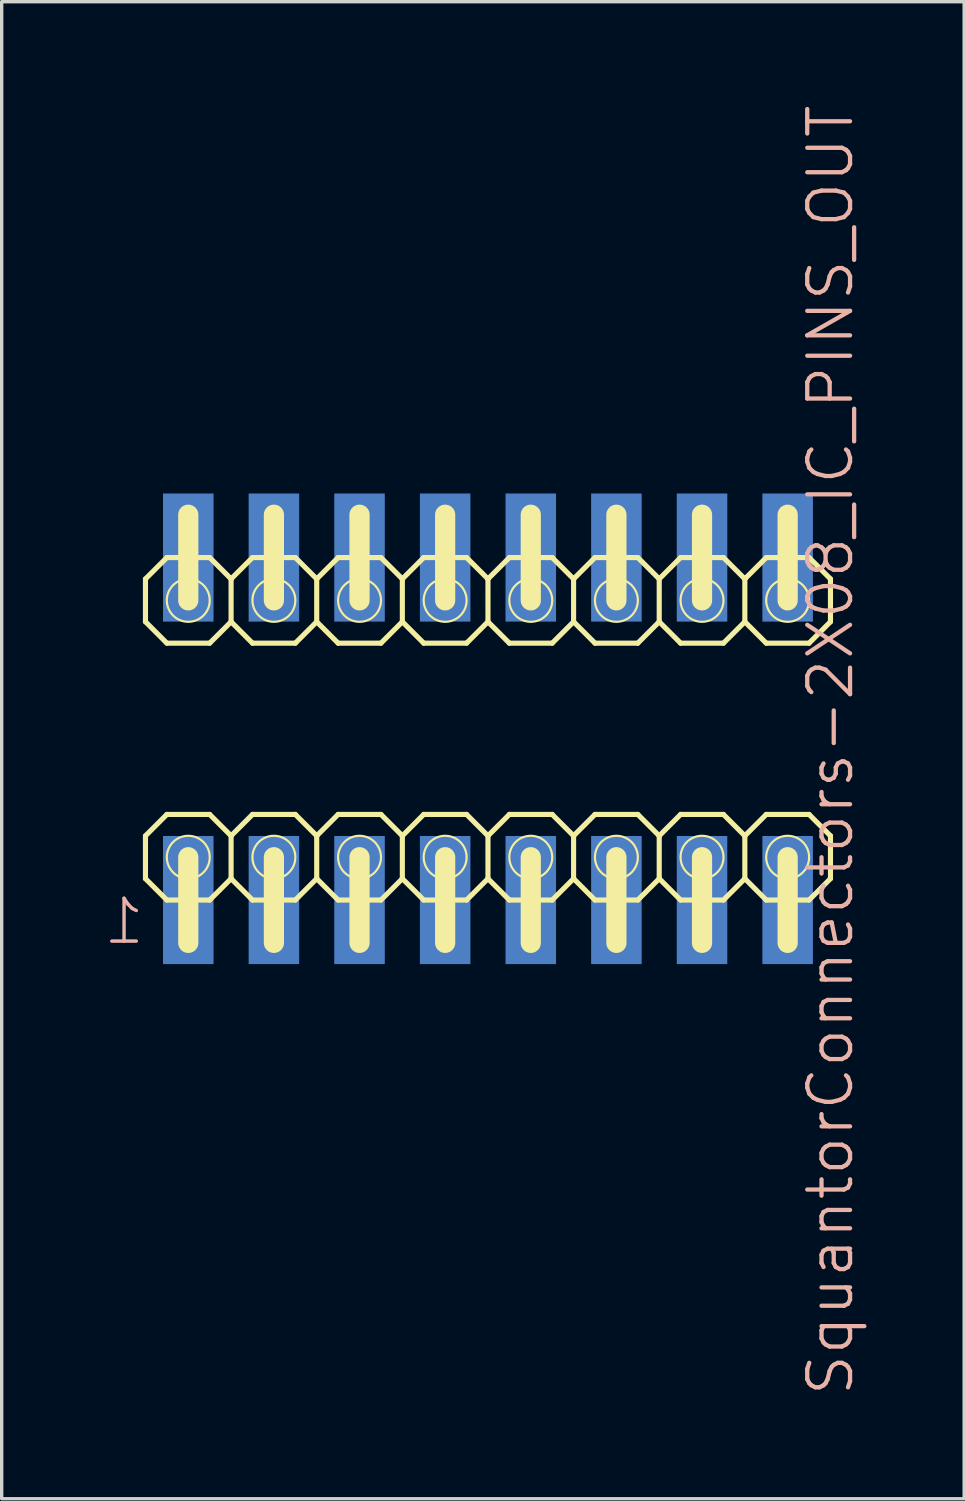
<source format=kicad_pcb>
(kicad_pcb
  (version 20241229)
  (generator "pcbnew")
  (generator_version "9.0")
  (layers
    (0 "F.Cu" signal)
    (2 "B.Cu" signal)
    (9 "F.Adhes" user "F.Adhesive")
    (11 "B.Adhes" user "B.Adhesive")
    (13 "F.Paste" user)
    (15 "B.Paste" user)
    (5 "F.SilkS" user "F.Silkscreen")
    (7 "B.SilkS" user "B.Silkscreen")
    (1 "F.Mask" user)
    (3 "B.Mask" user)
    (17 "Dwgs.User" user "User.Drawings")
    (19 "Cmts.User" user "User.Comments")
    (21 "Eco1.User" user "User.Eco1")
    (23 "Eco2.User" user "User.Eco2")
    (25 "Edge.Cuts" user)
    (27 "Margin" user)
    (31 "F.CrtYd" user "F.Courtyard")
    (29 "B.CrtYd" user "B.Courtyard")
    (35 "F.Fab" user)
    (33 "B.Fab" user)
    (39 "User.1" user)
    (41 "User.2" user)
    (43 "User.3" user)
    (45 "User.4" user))
  (footprint "SquantorConnectors-2X08_IC_PINS_OUT"
    (layer "F.Cu")
    (at 11.425 18.569)
    (property "Reference" "SquantorConnectors-2X08_IC_PINS_OUT" (at 10.16 0.635 90) (layer "B.SilkS") (effects (font (size 1.27 1.27) (thickness 0.127))))
    (attr smd)
    (fp_line (start -10.16 -4.445) (end -10.16 -3.175) (stroke (width 0.152) (type solid)) (layer "F.SilkS"))
    (fp_line (start -10.16 -3.175) (end -9.525 -2.54) (stroke (width 0.152) (type solid)) (layer "F.SilkS"))
    (fp_line (start -10.16 3.175) (end -10.16 4.445) (stroke (width 0.152) (type solid)) (layer "F.SilkS"))
    (fp_line (start -10.16 4.445) (end -9.525 5.08) (stroke (width 0.152) (type solid)) (layer "F.SilkS"))
    (fp_line (start -9.525 -5.08) (end -10.16 -4.445) (stroke (width 0.152) (type solid)) (layer "F.SilkS"))
    (fp_line (start -9.525 -2.54) (end -8.255 -2.54) (stroke (width 0.152) (type solid)) (layer "F.SilkS"))
    (fp_line (start -9.525 2.54) (end -10.16 3.175) (stroke (width 0.152) (type solid)) (layer "F.SilkS"))
    (fp_line (start -9.525 5.08) (end -8.255 5.08) (stroke (width 0.152) (type solid)) (layer "F.SilkS"))
    (fp_line (start -8.89 -3.81) (end -8.89 -6.35) (stroke (width 0.599) (type solid)) (layer "F.SilkS"))
    (fp_line (start -8.89 3.81) (end -8.89 6.35) (stroke (width 0.599) (type solid)) (layer "F.SilkS"))
    (fp_line (start -8.255 -5.08) (end -9.525 -5.08) (stroke (width 0.152) (type solid)) (layer "F.SilkS"))
    (fp_line (start -8.255 -5.08) (end -7.62 -4.445) (stroke (width 0.152) (type solid)) (layer "F.SilkS"))
    (fp_line (start -8.255 2.54) (end -9.525 2.54) (stroke (width 0.152) (type solid)) (layer "F.SilkS"))
    (fp_line (start -8.255 2.54) (end -7.62 3.175) (stroke (width 0.152) (type solid)) (layer "F.SilkS"))
    (fp_line (start -7.62 -4.445) (end -7.62 -3.175) (stroke (width 0.152) (type solid)) (layer "F.SilkS"))
    (fp_line (start -7.62 -3.175) (end -8.255 -2.54) (stroke (width 0.152) (type solid)) (layer "F.SilkS"))
    (fp_line (start -7.62 -3.175) (end -6.985 -2.54) (stroke (width 0.152) (type solid)) (layer "F.SilkS"))
    (fp_line (start -7.62 3.175) (end -7.62 4.445) (stroke (width 0.152) (type solid)) (layer "F.SilkS"))
    (fp_line (start -7.62 4.445) (end -8.255 5.08) (stroke (width 0.152) (type solid)) (layer "F.SilkS"))
    (fp_line (start -7.62 4.445) (end -6.985 5.08) (stroke (width 0.152) (type solid)) (layer "F.SilkS"))
    (fp_line (start -6.985 -5.08) (end -7.62 -4.445) (stroke (width 0.152) (type solid)) (layer "F.SilkS"))
    (fp_line (start -6.985 -2.54) (end -5.715 -2.54) (stroke (width 0.152) (type solid)) (layer "F.SilkS"))
    (fp_line (start -6.985 2.54) (end -7.62 3.175) (stroke (width 0.152) (type solid)) (layer "F.SilkS"))
    (fp_line (start -6.985 5.08) (end -5.715 5.08) (stroke (width 0.152) (type solid)) (layer "F.SilkS"))
    (fp_line (start -6.35 -3.81) (end -6.35 -6.35) (stroke (width 0.599) (type solid)) (layer "F.SilkS"))
    (fp_line (start -6.35 3.81) (end -6.35 6.35) (stroke (width 0.599) (type solid)) (layer "F.SilkS"))
    (fp_line (start -5.715 -5.08) (end -6.985 -5.08) (stroke (width 0.152) (type solid)) (layer "F.SilkS"))
    (fp_line (start -5.715 -5.08) (end -5.08 -4.445) (stroke (width 0.152) (type solid)) (layer "F.SilkS"))
    (fp_line (start -5.715 2.54) (end -6.985 2.54) (stroke (width 0.152) (type solid)) (layer "F.SilkS"))
    (fp_line (start -5.715 2.54) (end -5.08 3.175) (stroke (width 0.152) (type solid)) (layer "F.SilkS"))
    (fp_line (start -5.08 -4.445) (end -5.08 -3.175) (stroke (width 0.152) (type solid)) (layer "F.SilkS"))
    (fp_line (start -5.08 -3.175) (end -5.715 -2.54) (stroke (width 0.152) (type solid)) (layer "F.SilkS"))
    (fp_line (start -5.08 -3.175) (end -4.445 -2.54) (stroke (width 0.152) (type solid)) (layer "F.SilkS"))
    (fp_line (start -5.08 3.175) (end -5.08 4.445) (stroke (width 0.152) (type solid)) (layer "F.SilkS"))
    (fp_line (start -5.08 4.445) (end -5.715 5.08) (stroke (width 0.152) (type solid)) (layer "F.SilkS"))
    (fp_line (start -5.08 4.445) (end -4.445 5.08) (stroke (width 0.152) (type solid)) (layer "F.SilkS"))
    (fp_line (start -4.445 -5.08) (end -5.08 -4.445) (stroke (width 0.152) (type solid)) (layer "F.SilkS"))
    (fp_line (start -4.445 -2.54) (end -3.175 -2.54) (stroke (width 0.152) (type solid)) (layer "F.SilkS"))
    (fp_line (start -4.445 2.54) (end -5.08 3.175) (stroke (width 0.152) (type solid)) (layer "F.SilkS"))
    (fp_line (start -4.445 5.08) (end -3.175 5.08) (stroke (width 0.152) (type solid)) (layer "F.SilkS"))
    (fp_line (start -3.81 -3.81) (end -3.81 -6.35) (stroke (width 0.599) (type solid)) (layer "F.SilkS"))
    (fp_line (start -3.81 3.81) (end -3.81 6.35) (stroke (width 0.599) (type solid)) (layer "F.SilkS"))
    (fp_line (start -3.175 -5.08) (end -4.445 -5.08) (stroke (width 0.152) (type solid)) (layer "F.SilkS"))
    (fp_line (start -3.175 -2.54) (end -2.54 -3.175) (stroke (width 0.152) (type solid)) (layer "F.SilkS"))
    (fp_line (start -3.175 2.54) (end -4.445 2.54) (stroke (width 0.152) (type solid)) (layer "F.SilkS"))
    (fp_line (start -3.175 5.08) (end -2.54 4.445) (stroke (width 0.152) (type solid)) (layer "F.SilkS"))
    (fp_line (start -2.54 -4.445) (end -3.175 -5.08) (stroke (width 0.152) (type solid)) (layer "F.SilkS"))
    (fp_line (start -2.54 -4.445) (end -2.54 -3.175) (stroke (width 0.152) (type solid)) (layer "F.SilkS"))
    (fp_line (start -2.54 -3.175) (end -1.905 -2.54) (stroke (width 0.152) (type solid)) (layer "F.SilkS"))
    (fp_line (start -2.54 3.175) (end -3.175 2.54) (stroke (width 0.152) (type solid)) (layer "F.SilkS"))
    (fp_line (start -2.54 3.175) (end -2.54 4.445) (stroke (width 0.152) (type solid)) (layer "F.SilkS"))
    (fp_line (start -2.54 4.445) (end -1.905 5.08) (stroke (width 0.152) (type solid)) (layer "F.SilkS"))
    (fp_line (start -1.905 -5.08) (end -2.54 -4.445) (stroke (width 0.152) (type solid)) (layer "F.SilkS"))
    (fp_line (start -1.905 -2.54) (end -0.635 -2.54) (stroke (width 0.152) (type solid)) (layer "F.SilkS"))
    (fp_line (start -1.905 2.54) (end -2.54 3.175) (stroke (width 0.152) (type solid)) (layer "F.SilkS"))
    (fp_line (start -1.905 5.08) (end -0.635 5.08) (stroke (width 0.152) (type solid)) (layer "F.SilkS"))
    (fp_line (start -1.27 -3.81) (end -1.27 -6.35) (stroke (width 0.599) (type solid)) (layer "F.SilkS"))
    (fp_line (start -1.27 3.81) (end -1.27 6.35) (stroke (width 0.599) (type solid)) (layer "F.SilkS"))
    (fp_line (start -0.635 -5.08) (end -1.905 -5.08) (stroke (width 0.152) (type solid)) (layer "F.SilkS"))
    (fp_line (start -0.635 -2.54) (end 0 -3.175) (stroke (width 0.152) (type solid)) (layer "F.SilkS"))
    (fp_line (start -0.635 2.54) (end -1.905 2.54) (stroke (width 0.152) (type solid)) (layer "F.SilkS"))
    (fp_line (start -0.635 5.08) (end 0 4.445) (stroke (width 0.152) (type solid)) (layer "F.SilkS"))
    (fp_line (start 0 -4.445) (end -0.635 -5.08) (stroke (width 0.152) (type solid)) (layer "F.SilkS"))
    (fp_line (start 0 -4.445) (end 0 -3.175) (stroke (width 0.152) (type solid)) (layer "F.SilkS"))
    (fp_line (start 0 -3.175) (end 0.635 -2.54) (stroke (width 0.152) (type solid)) (layer "F.SilkS"))
    (fp_line (start 0 3.175) (end -0.635 2.54) (stroke (width 0.152) (type solid)) (layer "F.SilkS"))
    (fp_line (start 0 3.175) (end 0 4.445) (stroke (width 0.152) (type solid)) (layer "F.SilkS"))
    (fp_line (start 0 4.445) (end 0.635 5.08) (stroke (width 0.152) (type solid)) (layer "F.SilkS"))
    (fp_line (start 0.635 -5.08) (end 0 -4.445) (stroke (width 0.152) (type solid)) (layer "F.SilkS"))
    (fp_line (start 0.635 -2.54) (end 1.905 -2.54) (stroke (width 0.152) (type solid)) (layer "F.SilkS"))
    (fp_line (start 0.635 2.54) (end 0 3.175) (stroke (width 0.152) (type solid)) (layer "F.SilkS"))
    (fp_line (start 0.635 5.08) (end 1.905 5.08) (stroke (width 0.152) (type solid)) (layer "F.SilkS"))
    (fp_line (start 1.27 -3.81) (end 1.27 -6.35) (stroke (width 0.599) (type solid)) (layer "F.SilkS"))
    (fp_line (start 1.27 3.81) (end 1.27 6.35) (stroke (width 0.599) (type solid)) (layer "F.SilkS"))
    (fp_line (start 1.905 -5.08) (end 0.635 -5.08) (stroke (width 0.152) (type solid)) (layer "F.SilkS"))
    (fp_line (start 1.905 -5.08) (end 2.54 -4.445) (stroke (width 0.152) (type solid)) (layer "F.SilkS"))
    (fp_line (start 1.905 2.54) (end 0.635 2.54) (stroke (width 0.152) (type solid)) (layer "F.SilkS"))
    (fp_line (start 1.905 2.54) (end 2.54 3.175) (stroke (width 0.152) (type solid)) (layer "F.SilkS"))
    (fp_line (start 2.54 -4.445) (end 2.54 -3.175) (stroke (width 0.152) (type solid)) (layer "F.SilkS"))
    (fp_line (start 2.54 -3.175) (end 1.905 -2.54) (stroke (width 0.152) (type solid)) (layer "F.SilkS"))
    (fp_line (start 2.54 -3.175) (end 3.175 -2.54) (stroke (width 0.152) (type solid)) (layer "F.SilkS"))
    (fp_line (start 2.54 3.175) (end 2.54 4.445) (stroke (width 0.152) (type solid)) (layer "F.SilkS"))
    (fp_line (start 2.54 4.445) (end 1.905 5.08) (stroke (width 0.152) (type solid)) (layer "F.SilkS"))
    (fp_line (start 2.54 4.445) (end 3.175 5.08) (stroke (width 0.152) (type solid)) (layer "F.SilkS"))
    (fp_line (start 3.175 -5.08) (end 2.54 -4.445) (stroke (width 0.152) (type solid)) (layer "F.SilkS"))
    (fp_line (start 3.175 -2.54) (end 4.445 -2.54) (stroke (width 0.152) (type solid)) (layer "F.SilkS"))
    (fp_line (start 3.175 2.54) (end 2.54 3.175) (stroke (width 0.152) (type solid)) (layer "F.SilkS"))
    (fp_line (start 3.175 5.08) (end 4.445 5.08) (stroke (width 0.152) (type solid)) (layer "F.SilkS"))
    (fp_line (start 3.81 -3.81) (end 3.81 -6.35) (stroke (width 0.599) (type solid)) (layer "F.SilkS"))
    (fp_line (start 3.81 3.81) (end 3.81 6.35) (stroke (width 0.599) (type solid)) (layer "F.SilkS"))
    (fp_line (start 4.445 -5.08) (end 3.175 -5.08) (stroke (width 0.152) (type solid)) (layer "F.SilkS"))
    (fp_line (start 4.445 -2.54) (end 5.08 -3.175) (stroke (width 0.152) (type solid)) (layer "F.SilkS"))
    (fp_line (start 4.445 2.54) (end 3.175 2.54) (stroke (width 0.152) (type solid)) (layer "F.SilkS"))
    (fp_line (start 4.445 5.08) (end 5.08 4.445) (stroke (width 0.152) (type solid)) (layer "F.SilkS"))
    (fp_line (start 5.08 -4.445) (end 4.445 -5.08) (stroke (width 0.152) (type solid)) (layer "F.SilkS"))
    (fp_line (start 5.08 -4.445) (end 5.08 -3.175) (stroke (width 0.152) (type solid)) (layer "F.SilkS"))
    (fp_line (start 5.08 -3.175) (end 5.715 -2.54) (stroke (width 0.152) (type solid)) (layer "F.SilkS"))
    (fp_line (start 5.08 3.175) (end 4.445 2.54) (stroke (width 0.152) (type solid)) (layer "F.SilkS"))
    (fp_line (start 5.08 3.175) (end 5.08 4.445) (stroke (width 0.152) (type solid)) (layer "F.SilkS"))
    (fp_line (start 5.08 4.445) (end 5.715 5.08) (stroke (width 0.152) (type solid)) (layer "F.SilkS"))
    (fp_line (start 5.715 -5.08) (end 5.08 -4.445) (stroke (width 0.152) (type solid)) (layer "F.SilkS"))
    (fp_line (start 5.715 -2.54) (end 6.985 -2.54) (stroke (width 0.152) (type solid)) (layer "F.SilkS"))
    (fp_line (start 5.715 2.54) (end 5.08 3.175) (stroke (width 0.152) (type solid)) (layer "F.SilkS"))
    (fp_line (start 5.715 5.08) (end 6.985 5.08) (stroke (width 0.152) (type solid)) (layer "F.SilkS"))
    (fp_line (start 6.35 -3.81) (end 6.35 -6.35) (stroke (width 0.599) (type solid)) (layer "F.SilkS"))
    (fp_line (start 6.35 3.81) (end 6.35 6.35) (stroke (width 0.599) (type solid)) (layer "F.SilkS"))
    (fp_line (start 6.985 -5.08) (end 5.715 -5.08) (stroke (width 0.152) (type solid)) (layer "F.SilkS"))
    (fp_line (start 6.985 -2.54) (end 7.62 -3.175) (stroke (width 0.152) (type solid)) (layer "F.SilkS"))
    (fp_line (start 6.985 2.54) (end 5.715 2.54) (stroke (width 0.152) (type solid)) (layer "F.SilkS"))
    (fp_line (start 6.985 5.08) (end 7.62 4.445) (stroke (width 0.152) (type solid)) (layer "F.SilkS"))
    (fp_line (start 7.62 -4.445) (end 6.985 -5.08) (stroke (width 0.152) (type solid)) (layer "F.SilkS"))
    (fp_line (start 7.62 -4.445) (end 7.62 -3.175) (stroke (width 0.152) (type solid)) (layer "F.SilkS"))
    (fp_line (start 7.62 -3.175) (end 8.255 -2.54) (stroke (width 0.152) (type solid)) (layer "F.SilkS"))
    (fp_line (start 7.62 3.175) (end 6.985 2.54) (stroke (width 0.152) (type solid)) (layer "F.SilkS"))
    (fp_line (start 7.62 3.175) (end 7.62 4.445) (stroke (width 0.152) (type solid)) (layer "F.SilkS"))
    (fp_line (start 7.62 4.445) (end 8.255 5.08) (stroke (width 0.152) (type solid)) (layer "F.SilkS"))
    (fp_line (start 8.255 -5.08) (end 7.62 -4.445) (stroke (width 0.152) (type solid)) (layer "F.SilkS"))
    (fp_line (start 8.255 -2.54) (end 9.525 -2.54) (stroke (width 0.152) (type solid)) (layer "F.SilkS"))
    (fp_line (start 8.255 2.54) (end 7.62 3.175) (stroke (width 0.152) (type solid)) (layer "F.SilkS"))
    (fp_line (start 8.255 5.08) (end 9.525 5.08) (stroke (width 0.152) (type solid)) (layer "F.SilkS"))
    (fp_line (start 8.89 -3.81) (end 8.89 -6.35) (stroke (width 0.599) (type solid)) (layer "F.SilkS"))
    (fp_line (start 8.89 3.81) (end 8.89 6.35) (stroke (width 0.599) (type solid)) (layer "F.SilkS"))
    (fp_line (start 9.525 -5.08) (end 8.255 -5.08) (stroke (width 0.152) (type solid)) (layer "F.SilkS"))
    (fp_line (start 9.525 -5.08) (end 10.16 -4.445) (stroke (width 0.152) (type solid)) (layer "F.SilkS"))
    (fp_line (start 9.525 2.54) (end 8.255 2.54) (stroke (width 0.152) (type solid)) (layer "F.SilkS"))
    (fp_line (start 9.525 2.54) (end 10.16 3.175) (stroke (width 0.152) (type solid)) (layer "F.SilkS"))
    (fp_line (start 10.16 -4.445) (end 10.16 -3.175) (stroke (width 0.152) (type solid)) (layer "F.SilkS"))
    (fp_line (start 10.16 -3.175) (end 9.525 -2.54) (stroke (width 0.152) (type solid)) (layer "F.SilkS"))
    (fp_line (start 10.16 3.175) (end 10.16 4.445) (stroke (width 0.152) (type solid)) (layer "F.SilkS"))
    (fp_line (start 10.16 4.445) (end 9.525 5.08) (stroke (width 0.152) (type solid)) (layer "F.SilkS"))
    (fp_circle (center -8.89 -3.81) (end -9.34 -4.26) (stroke (width 0.064) (type solid)) (fill no) (layer "F.SilkS"))
    (fp_circle (center -8.89 -3.81) (end -9.04 -3.96) (stroke (width 0.064) (type solid)) (fill no) (layer "F.SilkS"))
    (fp_circle (center -8.89 3.81) (end -9.34 4.26) (stroke (width 0.064) (type solid)) (fill no) (layer "F.SilkS"))
    (fp_circle (center -8.89 3.81) (end -9.04 3.96) (stroke (width 0.064) (type solid)) (fill no) (layer "F.SilkS"))
    (fp_circle (center -6.35 -3.81) (end -6.8 -4.26) (stroke (width 0.064) (type solid)) (fill no) (layer "F.SilkS"))
    (fp_circle (center -6.35 -3.81) (end -6.5 -3.96) (stroke (width 0.064) (type solid)) (fill no) (layer "F.SilkS"))
    (fp_circle (center -6.35 3.81) (end -6.8 4.26) (stroke (width 0.064) (type solid)) (fill no) (layer "F.SilkS"))
    (fp_circle (center -6.35 3.81) (end -6.5 3.96) (stroke (width 0.064) (type solid)) (fill no) (layer "F.SilkS"))
    (fp_circle (center -3.81 -3.81) (end -4.26 -4.26) (stroke (width 0.064) (type solid)) (fill no) (layer "F.SilkS"))
    (fp_circle (center -3.81 -3.81) (end -3.96 -3.96) (stroke (width 0.064) (type solid)) (fill no) (layer "F.SilkS"))
    (fp_circle (center -3.81 3.81) (end -4.26 4.26) (stroke (width 0.064) (type solid)) (fill no) (layer "F.SilkS"))
    (fp_circle (center -3.81 3.81) (end -3.96 3.96) (stroke (width 0.064) (type solid)) (fill no) (layer "F.SilkS"))
    (fp_circle (center -1.27 -3.81) (end -1.72 -4.26) (stroke (width 0.064) (type solid)) (fill no) (layer "F.SilkS"))
    (fp_circle (center -1.27 -3.81) (end -1.42 -3.96) (stroke (width 0.064) (type solid)) (fill no) (layer "F.SilkS"))
    (fp_circle (center -1.27 3.81) (end -1.72 4.26) (stroke (width 0.064) (type solid)) (fill no) (layer "F.SilkS"))
    (fp_circle (center -1.27 3.81) (end -1.42 3.96) (stroke (width 0.064) (type solid)) (fill no) (layer "F.SilkS"))
    (fp_circle (center 1.27 -3.81) (end 1.42 -3.96) (stroke (width 0.064) (type solid)) (fill no) (layer "F.SilkS"))
    (fp_circle (center 1.27 -3.81) (end 1.72 -4.26) (stroke (width 0.064) (type solid)) (fill no) (layer "F.SilkS"))
    (fp_circle (center 1.27 3.81) (end 1.42 3.96) (stroke (width 0.064) (type solid)) (fill no) (layer "F.SilkS"))
    (fp_circle (center 1.27 3.81) (end 1.72 4.26) (stroke (width 0.064) (type solid)) (fill no) (layer "F.SilkS"))
    (fp_circle (center 3.81 -3.81) (end 3.96 -3.96) (stroke (width 0.064) (type solid)) (fill no) (layer "F.SilkS"))
    (fp_circle (center 3.81 -3.81) (end 4.26 -4.26) (stroke (width 0.064) (type solid)) (fill no) (layer "F.SilkS"))
    (fp_circle (center 3.81 3.81) (end 3.96 3.96) (stroke (width 0.064) (type solid)) (fill no) (layer "F.SilkS"))
    (fp_circle (center 3.81 3.81) (end 4.26 4.26) (stroke (width 0.064) (type solid)) (fill no) (layer "F.SilkS"))
    (fp_circle (center 6.35 -3.81) (end 6.5 -3.96) (stroke (width 0.064) (type solid)) (fill no) (layer "F.SilkS"))
    (fp_circle (center 6.35 -3.81) (end 6.8 -4.26) (stroke (width 0.064) (type solid)) (fill no) (layer "F.SilkS"))
    (fp_circle (center 6.35 3.81) (end 6.5 3.96) (stroke (width 0.064) (type solid)) (fill no) (layer "F.SilkS"))
    (fp_circle (center 6.35 3.81) (end 6.8 4.26) (stroke (width 0.064) (type solid)) (fill no) (layer "F.SilkS"))
    (fp_circle (center 8.89 -3.81) (end 9.04 -3.96) (stroke (width 0.064) (type solid)) (fill no) (layer "F.SilkS"))
    (fp_circle (center 8.89 -3.81) (end 9.34 -4.26) (stroke (width 0.064) (type solid)) (fill no) (layer "F.SilkS"))
    (fp_circle (center 8.89 3.81) (end 9.04 3.96) (stroke (width 0.064) (type solid)) (fill no) (layer "F.SilkS"))
    (fp_circle (center 8.89 3.81) (end 9.34 4.26) (stroke (width 0.064) (type solid)) (fill no) (layer "F.SilkS"))
    (fp_text user "1" (at -10.795 5.715 0) (layer "B.SilkS") (effects (font (size 1.27 1.27) (thickness 0.102)) (justify mirror)))
    (pad "1" smd rect (at -8.89 5.08 270) (size 3.8 1.499) (layers "B.Cu" "B.Mask"))
    (pad "2" smd rect (at -6.35 5.08 270) (size 3.8 1.499) (layers "B.Cu" "B.Mask"))
    (pad "3" smd rect (at -3.81 5.08 270) (size 3.8 1.499) (layers "B.Cu" "B.Mask"))
    (pad "4" smd rect (at -1.27 5.08 270) (size 3.8 1.499) (layers "B.Cu" "B.Mask"))
    (pad "5" smd rect (at 1.27 5.08 270) (size 3.8 1.499) (layers "B.Cu" "B.Mask"))
    (pad "6" smd rect (at 3.81 5.08 270) (size 3.8 1.499) (layers "B.Cu" "B.Mask"))
    (pad "7" smd rect (at 6.35 5.08 270) (size 3.8 1.499) (layers "B.Cu" "B.Mask"))
    (pad "8" smd rect (at 8.89 5.08 270) (size 3.8 1.499) (layers "B.Cu" "B.Mask"))
    (pad "9" smd rect (at 8.89 -5.08 270) (size 3.8 1.499) (layers "B.Cu" "B.Mask"))
    (pad "10" smd rect (at 6.35 -5.08 270) (size 3.8 1.499) (layers "B.Cu" "B.Mask"))
    (pad "11" smd rect (at 3.81 -5.08 270) (size 3.8 1.499) (layers "B.Cu" "B.Mask"))
    (pad "12" smd rect (at 1.27 -5.08 270) (size 3.8 1.499) (layers "B.Cu" "B.Mask"))
    (pad "13" smd rect (at -1.27 -5.08 270) (size 3.8 1.499) (layers "B.Cu" "B.Mask"))
    (pad "14" smd rect (at -3.81 -5.08 270) (size 3.8 1.499) (layers "B.Cu" "B.Mask"))
    (pad "15" smd rect (at -6.35 -5.08 270) (size 3.8 1.499) (layers "B.Cu" "B.Mask"))
    (pad "16" smd rect (at -8.89 -5.08 270) (size 3.8 1.499) (layers "B.Cu" "B.Mask")))
  (gr_rect
    (start -3 -3)
    (end 25.551 41.408)
    (stroke (width 0.1) (type default))
    (fill no)
    (layer "Edge.Cuts")))
</source>
